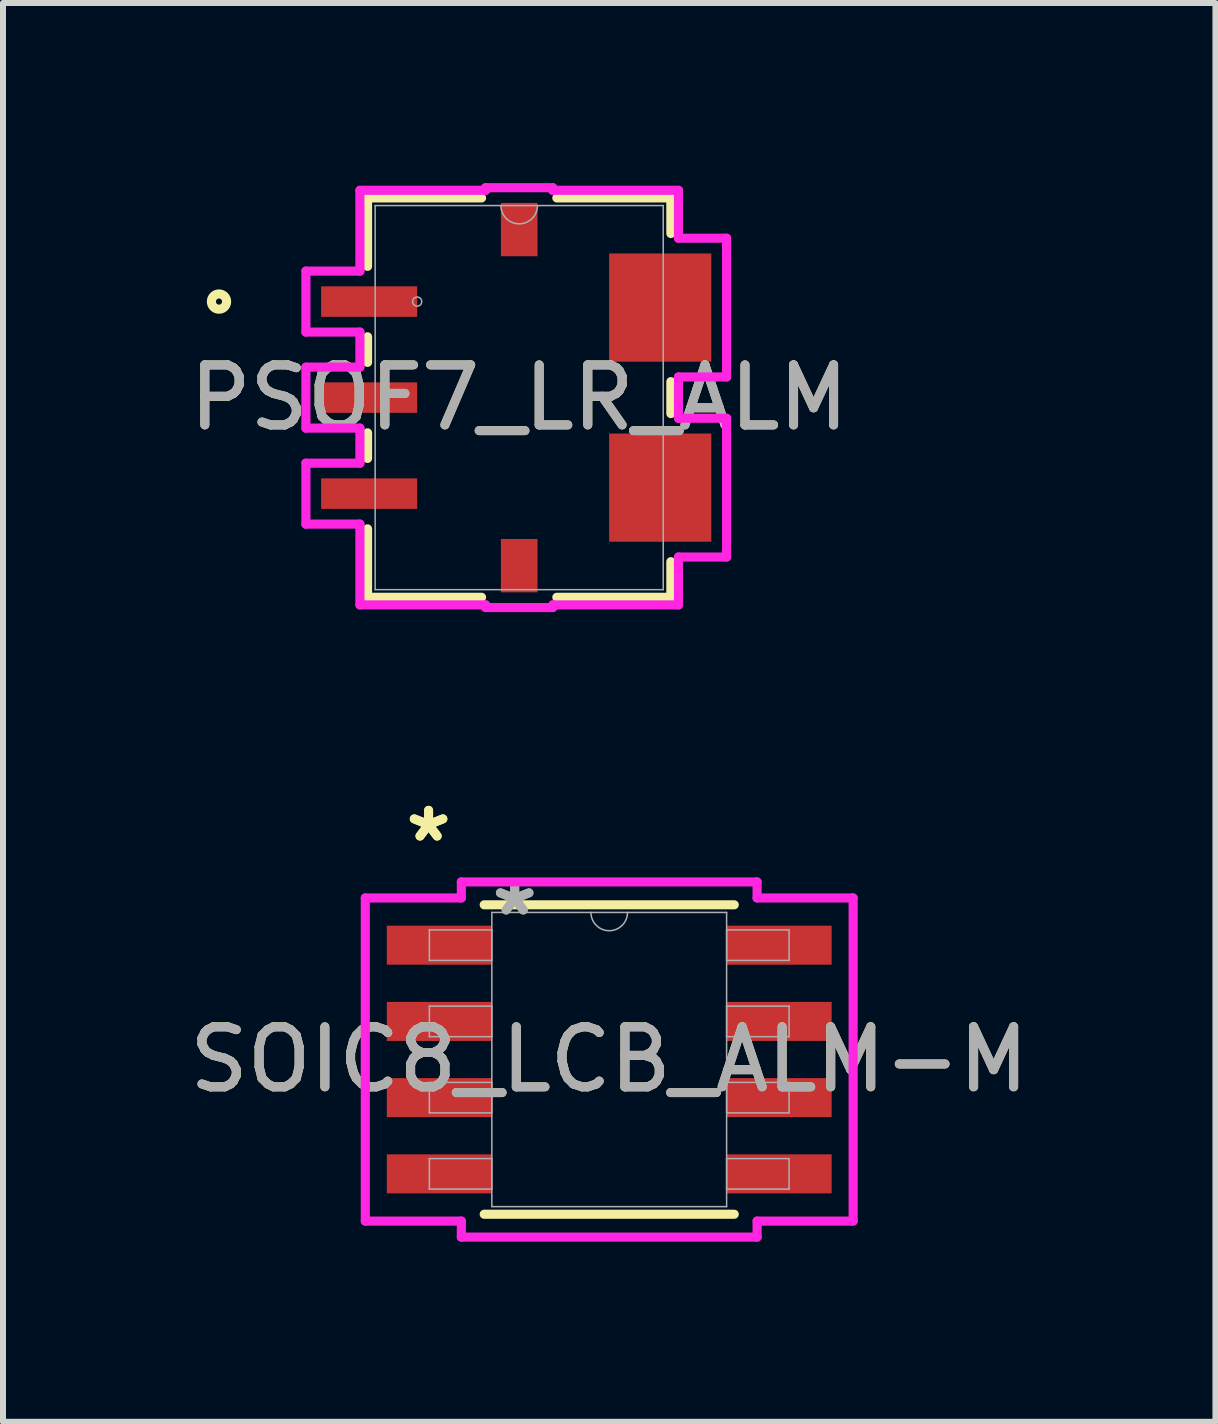
<source format=kicad_pcb>
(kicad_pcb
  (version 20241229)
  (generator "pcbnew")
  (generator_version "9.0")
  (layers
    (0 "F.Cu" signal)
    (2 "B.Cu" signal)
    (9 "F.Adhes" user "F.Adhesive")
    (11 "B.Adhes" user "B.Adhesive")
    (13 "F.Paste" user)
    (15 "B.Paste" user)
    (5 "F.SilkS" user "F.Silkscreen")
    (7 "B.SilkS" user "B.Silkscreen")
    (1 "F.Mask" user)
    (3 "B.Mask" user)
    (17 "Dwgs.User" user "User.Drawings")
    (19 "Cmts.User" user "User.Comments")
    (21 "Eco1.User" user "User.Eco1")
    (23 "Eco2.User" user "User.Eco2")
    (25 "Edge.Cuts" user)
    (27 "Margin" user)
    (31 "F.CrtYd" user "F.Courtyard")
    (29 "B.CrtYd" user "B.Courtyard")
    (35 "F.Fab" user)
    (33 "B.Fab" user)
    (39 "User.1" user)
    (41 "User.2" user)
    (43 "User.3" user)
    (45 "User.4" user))
  (footprint "PSOF7_LR_ALM"
    (layer "F.Cu")
    (at 5.601 3.575)
    (property "Reference" "PSOF7_LR_ALM" (at 0 0 0) (unlocked yes) (layer "F.SilkS") (effects (font (size 1 1) (thickness 0.15))))
    (attr smd)
    (fp_line (start -2.527 -3.327) (end -2.527 -2.187) (stroke (width 0.152) (type solid)) (layer "F.SilkS"))
    (fp_line (start -2.527 -1.013) (end -2.527 -0.587) (stroke (width 0.152) (type solid)) (layer "F.SilkS"))
    (fp_line (start -2.527 0.587) (end -2.527 1.013) (stroke (width 0.152) (type solid)) (layer "F.SilkS"))
    (fp_line (start -2.527 2.187) (end -2.527 3.327) (stroke (width 0.152) (type solid)) (layer "F.SilkS"))
    (fp_line (start -2.527 3.327) (end -0.627 3.327) (stroke (width 0.152) (type solid)) (layer "F.SilkS"))
    (fp_line (start -0.627 -3.327) (end -2.527 -3.327) (stroke (width 0.152) (type solid)) (layer "F.SilkS"))
    (fp_line (start 0.627 3.327) (end 2.527 3.327) (stroke (width 0.152) (type solid)) (layer "F.SilkS"))
    (fp_line (start 2.527 -3.327) (end 0.627 -3.327) (stroke (width 0.152) (type solid)) (layer "F.SilkS"))
    (fp_line (start 2.527 -2.734) (end 2.527 -3.327) (stroke (width 0.152) (type solid)) (layer "F.SilkS"))
    (fp_line (start 2.527 0.266) (end 2.527 -0.266) (stroke (width 0.152) (type solid)) (layer "F.SilkS"))
    (fp_line (start 2.527 3.327) (end 2.527 2.734) (stroke (width 0.152) (type solid)) (layer "F.SilkS"))
    (fp_circle (center -5.002 -1.6) (end -4.875 -1.6) (stroke (width 0.152) (type solid)) (fill no) (layer "F.SilkS"))
    (fp_line (start -3.554 -2.108) (end -3.554 -1.092) (stroke (width 0.152) (type solid)) (layer "F.CrtYd"))
    (fp_line (start -3.554 -1.092) (end -2.654 -1.092) (stroke (width 0.152) (type solid)) (layer "F.CrtYd"))
    (fp_line (start -3.554 -0.508) (end -3.554 0.508) (stroke (width 0.152) (type solid)) (layer "F.CrtYd"))
    (fp_line (start -3.554 0.508) (end -2.654 0.508) (stroke (width 0.152) (type solid)) (layer "F.CrtYd"))
    (fp_line (start -3.554 1.092) (end -3.554 2.108) (stroke (width 0.152) (type solid)) (layer "F.CrtYd"))
    (fp_line (start -3.554 2.108) (end -2.654 2.108) (stroke (width 0.152) (type solid)) (layer "F.CrtYd"))
    (fp_line (start -2.654 -3.454) (end -2.654 -2.108) (stroke (width 0.152) (type solid)) (layer "F.CrtYd"))
    (fp_line (start -2.654 -2.108) (end -3.554 -2.108) (stroke (width 0.152) (type solid)) (layer "F.CrtYd"))
    (fp_line (start -2.654 -1.092) (end -2.654 -0.508) (stroke (width 0.152) (type solid)) (layer "F.CrtYd"))
    (fp_line (start -2.654 -0.508) (end -3.554 -0.508) (stroke (width 0.152) (type solid)) (layer "F.CrtYd"))
    (fp_line (start -2.654 0.508) (end -2.654 1.092) (stroke (width 0.152) (type solid)) (layer "F.CrtYd"))
    (fp_line (start -2.654 1.092) (end -3.554 1.092) (stroke (width 0.152) (type solid)) (layer "F.CrtYd"))
    (fp_line (start -2.654 2.108) (end -2.654 3.454) (stroke (width 0.152) (type solid)) (layer "F.CrtYd"))
    (fp_line (start -2.654 3.454) (end -0.559 3.454) (stroke (width 0.152) (type solid)) (layer "F.CrtYd"))
    (fp_line (start -0.559 -3.498) (end -0.559 -3.454) (stroke (width 0.152) (type solid)) (layer "F.CrtYd"))
    (fp_line (start -0.559 -3.454) (end -2.654 -3.454) (stroke (width 0.152) (type solid)) (layer "F.CrtYd"))
    (fp_line (start -0.559 3.454) (end -0.559 3.498) (stroke (width 0.152) (type solid)) (layer "F.CrtYd"))
    (fp_line (start -0.559 3.498) (end 0.559 3.498) (stroke (width 0.152) (type solid)) (layer "F.CrtYd"))
    (fp_line (start 0.559 -3.498) (end -0.559 -3.498) (stroke (width 0.152) (type solid)) (layer "F.CrtYd"))
    (fp_line (start 0.559 -3.454) (end 0.559 -3.498) (stroke (width 0.152) (type solid)) (layer "F.CrtYd"))
    (fp_line (start 0.559 3.454) (end 2.654 3.454) (stroke (width 0.152) (type solid)) (layer "F.CrtYd"))
    (fp_line (start 0.559 3.498) (end 0.559 3.454) (stroke (width 0.152) (type solid)) (layer "F.CrtYd"))
    (fp_line (start 2.654 -3.454) (end 0.559 -3.454) (stroke (width 0.152) (type solid)) (layer "F.CrtYd"))
    (fp_line (start 2.654 -2.656) (end 2.654 -3.454) (stroke (width 0.152) (type solid)) (layer "F.CrtYd"))
    (fp_line (start 2.654 -0.344) (end 3.455 -0.344) (stroke (width 0.152) (type solid)) (layer "F.CrtYd"))
    (fp_line (start 2.654 0.344) (end 2.654 -0.344) (stroke (width 0.152) (type solid)) (layer "F.CrtYd"))
    (fp_line (start 2.654 2.656) (end 3.455 2.656) (stroke (width 0.152) (type solid)) (layer "F.CrtYd"))
    (fp_line (start 2.654 3.454) (end 2.654 2.656) (stroke (width 0.152) (type solid)) (layer "F.CrtYd"))
    (fp_line (start 3.455 -2.656) (end 2.654 -2.656) (stroke (width 0.152) (type solid)) (layer "F.CrtYd"))
    (fp_line (start 3.455 -0.344) (end 3.455 -2.656) (stroke (width 0.152) (type solid)) (layer "F.CrtYd"))
    (fp_line (start 3.455 0.344) (end 2.654 0.344) (stroke (width 0.152) (type solid)) (layer "F.CrtYd"))
    (fp_line (start 3.455 2.656) (end 3.455 0.344) (stroke (width 0.152) (type solid)) (layer "F.CrtYd"))
    (fp_line (start -2.4 -3.2) (end -2.4 3.2) (stroke (width 0.025) (type solid)) (layer "F.Fab"))
    (fp_line (start -2.4 3.2) (end 2.4 3.2) (stroke (width 0.025) (type solid)) (layer "F.Fab"))
    (fp_line (start 2.4 -3.2) (end -2.4 -3.2) (stroke (width 0.025) (type solid)) (layer "F.Fab"))
    (fp_line (start 2.4 3.2) (end 2.4 -3.2) (stroke (width 0.025) (type solid)) (layer "F.Fab"))
    (fp_arc (start 0.3048 -3.2004) (mid 0 -2.8956) (end -0.3048 -3.2004) (stroke (width 0.0254) (type solid)) (layer "F.Fab"))
    (fp_circle (center -1.7 -1.6) (end -1.624 -1.6) (stroke (width 0.025) (type solid)) (fill no) (layer "F.Fab"))
    (fp_text user "${REFERENCE}" (at 0 0 0) (unlocked yes) (layer "F.Fab") (effects (font (size 1 1) (thickness 0.15))))
    (pad "1" smd rect (at -2.5 -1.6) (size 1.6 0.508) (layers "F.Cu" "F.Mask" "F.Paste"))
    (pad "2" smd rect (at -2.5 0) (size 1.6 0.508) (layers "F.Cu" "F.Mask" "F.Paste"))
    (pad "3" smd rect (at -2.5 1.6) (size 1.6 0.508) (layers "F.Cu" "F.Mask" "F.Paste"))
    (pad "4" smd rect (at 0 2.8) (size 0.61 0.889) (layers "F.Cu" "F.Mask" "F.Paste"))
    (pad "5" smd rect (at 2.35 1.5) (size 1.702 1.803) (layers "F.Cu" "F.Mask" "F.Paste"))
    (pad "6" smd rect (at 2.35 -1.5) (size 1.702 1.803) (layers "F.Cu" "F.Mask" "F.Paste"))
    (pad "7" smd rect (at 0 -2.8) (size 0.61 0.889) (layers "F.Cu" "F.Mask" "F.Paste")))
  (footprint "SOIC8_LCB_ALM-M"
    (layer "F.Cu")
    (at 7.101 14.604)
    (property "Reference" "SOIC8_LCB_ALM-M" (at 0 0 0) (unlocked yes) (layer "F.SilkS") (effects (font (size 1 1) (thickness 0.15))))
    (attr smd)
    (fp_line (start -2.083 2.578) (end 2.083 2.578) (stroke (width 0.152) (type solid)) (layer "F.SilkS"))
    (fp_line (start 2.083 -2.578) (end -2.083 -2.578) (stroke (width 0.152) (type solid)) (layer "F.SilkS"))
    (fp_line (start -4.064 -2.692) (end -2.464 -2.692) (stroke (width 0.152) (type solid)) (layer "F.CrtYd"))
    (fp_line (start -4.064 2.692) (end -4.064 -2.692) (stroke (width 0.152) (type solid)) (layer "F.CrtYd"))
    (fp_line (start -4.064 2.692) (end -2.464 2.692) (stroke (width 0.152) (type solid)) (layer "F.CrtYd"))
    (fp_line (start -2.464 -2.959) (end 2.464 -2.959) (stroke (width 0.152) (type solid)) (layer "F.CrtYd"))
    (fp_line (start -2.464 -2.692) (end -2.464 -2.959) (stroke (width 0.152) (type solid)) (layer "F.CrtYd"))
    (fp_line (start -2.464 2.959) (end -2.464 2.692) (stroke (width 0.152) (type solid)) (layer "F.CrtYd"))
    (fp_line (start 2.464 -2.959) (end 2.464 -2.692) (stroke (width 0.152) (type solid)) (layer "F.CrtYd"))
    (fp_line (start 2.464 2.692) (end 2.464 2.959) (stroke (width 0.152) (type solid)) (layer "F.CrtYd"))
    (fp_line (start 2.464 2.959) (end -2.464 2.959) (stroke (width 0.152) (type solid)) (layer "F.CrtYd"))
    (fp_line (start 4.064 -2.692) (end 2.464 -2.692) (stroke (width 0.152) (type solid)) (layer "F.CrtYd"))
    (fp_line (start 4.064 -2.692) (end 4.064 2.692) (stroke (width 0.152) (type solid)) (layer "F.CrtYd"))
    (fp_line (start 4.064 2.692) (end 2.464 2.692) (stroke (width 0.152) (type solid)) (layer "F.CrtYd"))
    (fp_line (start -2.997 -2.159) (end -2.997 -1.651) (stroke (width 0.025) (type solid)) (layer "F.Fab"))
    (fp_line (start -2.997 -1.651) (end -1.956 -1.651) (stroke (width 0.025) (type solid)) (layer "F.Fab"))
    (fp_line (start -2.997 -0.889) (end -2.997 -0.381) (stroke (width 0.025) (type solid)) (layer "F.Fab"))
    (fp_line (start -2.997 -0.381) (end -1.956 -0.381) (stroke (width 0.025) (type solid)) (layer "F.Fab"))
    (fp_line (start -2.997 0.381) (end -2.997 0.889) (stroke (width 0.025) (type solid)) (layer "F.Fab"))
    (fp_line (start -2.997 0.889) (end -1.956 0.889) (stroke (width 0.025) (type solid)) (layer "F.Fab"))
    (fp_line (start -2.997 1.651) (end -2.997 2.159) (stroke (width 0.025) (type solid)) (layer "F.Fab"))
    (fp_line (start -2.997 2.159) (end -1.956 2.159) (stroke (width 0.025) (type solid)) (layer "F.Fab"))
    (fp_line (start -1.956 -2.451) (end -1.956 2.451) (stroke (width 0.025) (type solid)) (layer "F.Fab"))
    (fp_line (start -1.956 -2.159) (end -2.997 -2.159) (stroke (width 0.025) (type solid)) (layer "F.Fab"))
    (fp_line (start -1.956 -1.651) (end -1.956 -2.159) (stroke (width 0.025) (type solid)) (layer "F.Fab"))
    (fp_line (start -1.956 -0.889) (end -2.997 -0.889) (stroke (width 0.025) (type solid)) (layer "F.Fab"))
    (fp_line (start -1.956 -0.381) (end -1.956 -0.889) (stroke (width 0.025) (type solid)) (layer "F.Fab"))
    (fp_line (start -1.956 0.381) (end -2.997 0.381) (stroke (width 0.025) (type solid)) (layer "F.Fab"))
    (fp_line (start -1.956 0.889) (end -1.956 0.381) (stroke (width 0.025) (type solid)) (layer "F.Fab"))
    (fp_line (start -1.956 1.651) (end -2.997 1.651) (stroke (width 0.025) (type solid)) (layer "F.Fab"))
    (fp_line (start -1.956 2.159) (end -1.956 1.651) (stroke (width 0.025) (type solid)) (layer "F.Fab"))
    (fp_line (start -1.956 2.451) (end 1.956 2.451) (stroke (width 0.025) (type solid)) (layer "F.Fab"))
    (fp_line (start 1.956 -2.451) (end -1.956 -2.451) (stroke (width 0.025) (type solid)) (layer "F.Fab"))
    (fp_line (start 1.956 -2.159) (end 1.956 -1.651) (stroke (width 0.025) (type solid)) (layer "F.Fab"))
    (fp_line (start 1.956 -1.651) (end 2.997 -1.651) (stroke (width 0.025) (type solid)) (layer "F.Fab"))
    (fp_line (start 1.956 -0.889) (end 1.956 -0.381) (stroke (width 0.025) (type solid)) (layer "F.Fab"))
    (fp_line (start 1.956 -0.381) (end 2.997 -0.381) (stroke (width 0.025) (type solid)) (layer "F.Fab"))
    (fp_line (start 1.956 0.381) (end 1.956 0.889) (stroke (width 0.025) (type solid)) (layer "F.Fab"))
    (fp_line (start 1.956 0.889) (end 2.997 0.889) (stroke (width 0.025) (type solid)) (layer "F.Fab"))
    (fp_line (start 1.956 1.651) (end 1.956 2.159) (stroke (width 0.025) (type solid)) (layer "F.Fab"))
    (fp_line (start 1.956 2.159) (end 2.997 2.159) (stroke (width 0.025) (type solid)) (layer "F.Fab"))
    (fp_line (start 1.956 2.451) (end 1.956 -2.451) (stroke (width 0.025) (type solid)) (layer "F.Fab"))
    (fp_line (start 2.997 -2.159) (end 1.956 -2.159) (stroke (width 0.025) (type solid)) (layer "F.Fab"))
    (fp_line (start 2.997 -1.651) (end 2.997 -2.159) (stroke (width 0.025) (type solid)) (layer "F.Fab"))
    (fp_line (start 2.997 -0.889) (end 1.956 -0.889) (stroke (width 0.025) (type solid)) (layer "F.Fab"))
    (fp_line (start 2.997 -0.381) (end 2.997 -0.889) (stroke (width 0.025) (type solid)) (layer "F.Fab"))
    (fp_line (start 2.997 0.381) (end 1.956 0.381) (stroke (width 0.025) (type solid)) (layer "F.Fab"))
    (fp_line (start 2.997 0.889) (end 2.997 0.381) (stroke (width 0.025) (type solid)) (layer "F.Fab"))
    (fp_line (start 2.997 1.651) (end 1.956 1.651) (stroke (width 0.025) (type solid)) (layer "F.Fab"))
    (fp_line (start 2.997 2.159) (end 2.997 1.651) (stroke (width 0.025) (type solid)) (layer "F.Fab"))
    (fp_arc (start 0.3048 -2.4511) (mid 0 -2.1463) (end -0.3048 -2.4511) (stroke (width 0.0254) (type solid)) (layer "F.Fab"))
    (fp_text user "*" (at -3.01 -3.607 0) (layer "F.SilkS") (effects (font (size 1 1) (thickness 0.15))))
    (fp_text user "*" (at -3.01 -3.607 0) (unlocked yes) (layer "F.SilkS") (effects (font (size 1 1) (thickness 0.15))))
    (fp_text user "*" (at -1.575 -2.375 0) (layer "F.Fab") (effects (font (size 1 1) (thickness 0.15))))
    (fp_text user "*" (at -1.575 -2.375 0) (unlocked yes) (layer "F.Fab") (effects (font (size 1 1) (thickness 0.15))))
    (fp_text user "${REFERENCE}" (at 0 0 0) (unlocked yes) (layer "F.Fab") (effects (font (size 1 1) (thickness 0.15))))
    (pad "1" smd rect (at -2.831 -1.905) (size 1.75 0.65) (layers "F.Cu" "F.Mask" "F.Paste"))
    (pad "2" smd rect (at -2.831 -0.635) (size 1.75 0.65) (layers "F.Cu" "F.Mask" "F.Paste"))
    (pad "3" smd rect (at -2.831 0.635) (size 1.75 0.65) (layers "F.Cu" "F.Mask" "F.Paste"))
    (pad "4" smd rect (at -2.831 1.905) (size 1.75 0.65) (layers "F.Cu" "F.Mask" "F.Paste"))
    (pad "5" smd rect (at 2.831 1.905) (size 1.75 0.65) (layers "F.Cu" "F.Mask" "F.Paste"))
    (pad "6" smd rect (at 2.831 0.635) (size 1.75 0.65) (layers "F.Cu" "F.Mask" "F.Paste"))
    (pad "7" smd rect (at 2.831 -0.635) (size 1.75 0.65) (layers "F.Cu" "F.Mask" "F.Paste"))
    (pad "8" smd rect (at 2.831 -1.905) (size 1.75 0.65) (layers "F.Cu" "F.Mask" "F.Paste")))
  (gr_rect
    (start -3 -3)
    (end 17.202 20.64)
    (stroke (width 0.1) (type default))
    (fill no)
    (layer "Edge.Cuts")))
</source>
